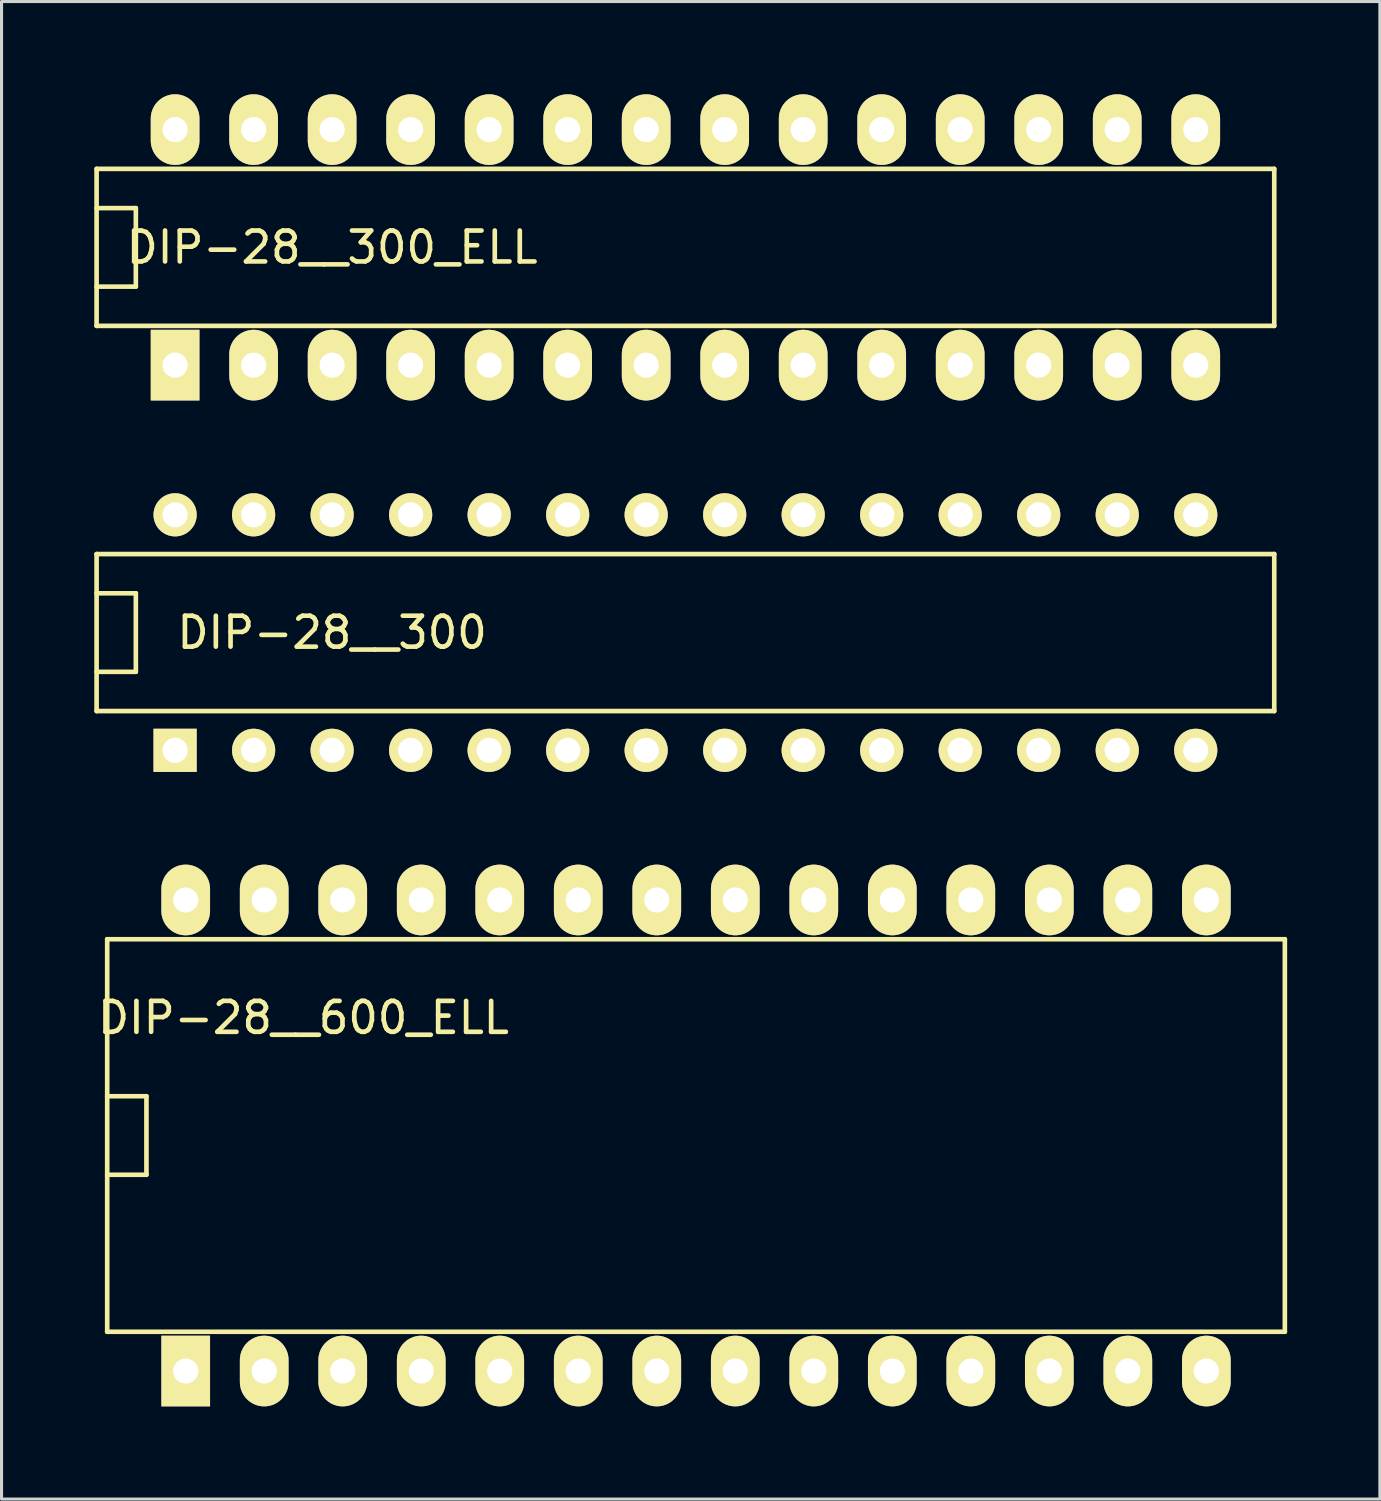
<source format=kicad_pcb>
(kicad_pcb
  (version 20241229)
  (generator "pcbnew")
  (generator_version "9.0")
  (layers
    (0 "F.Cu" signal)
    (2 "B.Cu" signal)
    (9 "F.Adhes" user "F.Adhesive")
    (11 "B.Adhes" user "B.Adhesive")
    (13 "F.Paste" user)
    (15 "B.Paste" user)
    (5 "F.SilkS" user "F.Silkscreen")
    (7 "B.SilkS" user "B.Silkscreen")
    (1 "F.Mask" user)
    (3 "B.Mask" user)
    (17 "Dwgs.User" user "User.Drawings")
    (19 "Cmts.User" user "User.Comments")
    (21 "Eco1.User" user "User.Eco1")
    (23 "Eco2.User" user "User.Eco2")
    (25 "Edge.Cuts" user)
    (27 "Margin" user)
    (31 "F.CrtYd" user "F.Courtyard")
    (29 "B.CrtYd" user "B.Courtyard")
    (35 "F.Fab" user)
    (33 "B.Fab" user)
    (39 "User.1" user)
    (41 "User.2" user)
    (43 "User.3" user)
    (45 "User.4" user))
  (footprint "DIP-28__600_ELL"
    (layer "F.Cu")
    (at 19.468 33.686)
    (property "Reference" "DIP-28__600_ELL" (at -12.7 -3.81 0) (layer "F.SilkS") (effects (font (size 1 1) (thickness 0.15))))
    (attr through_hole)
    (fp_line (start -19.05 -6.35) (end 19.05 -6.35) (stroke (width 0.15) (type solid)) (layer "F.SilkS"))
    (fp_line (start -19.05 -1.27) (end -19.05 -1.27) (stroke (width 0.15) (type solid)) (layer "F.SilkS"))
    (fp_line (start -19.05 -1.27) (end -17.78 -1.27) (stroke (width 0.15) (type solid)) (layer "F.SilkS"))
    (fp_line (start -19.05 6.35) (end -19.05 -6.35) (stroke (width 0.15) (type solid)) (layer "F.SilkS"))
    (fp_line (start -17.78 -1.27) (end -17.78 1.27) (stroke (width 0.15) (type solid)) (layer "F.SilkS"))
    (fp_line (start -17.78 1.27) (end -19.05 1.27) (stroke (width 0.15) (type solid)) (layer "F.SilkS"))
    (fp_line (start 19.05 -6.35) (end 19.05 6.35) (stroke (width 0.15) (type solid)) (layer "F.SilkS"))
    (fp_line (start 19.05 6.35) (end -19.05 6.35) (stroke (width 0.15) (type solid)) (layer "F.SilkS"))
    (pad "1" thru_hole rect (at -16.51 7.62) (size 1.575 2.286) (drill 0.813) (layers "*.Cu" "*.Mask" "F.SilkS"))
    (pad "2" thru_hole oval (at -13.97 7.62) (size 1.575 2.286) (drill 0.813) (layers "*.Cu" "*.Mask" "F.SilkS"))
    (pad "3" thru_hole oval (at -11.43 7.62) (size 1.575 2.286) (drill 0.813) (layers "*.Cu" "*.Mask" "F.SilkS"))
    (pad "4" thru_hole oval (at -8.89 7.62) (size 1.575 2.286) (drill 0.813) (layers "*.Cu" "*.Mask" "F.SilkS"))
    (pad "5" thru_hole oval (at -6.35 7.62) (size 1.575 2.286) (drill 0.813) (layers "*.Cu" "*.Mask" "F.SilkS"))
    (pad "6" thru_hole oval (at -3.81 7.62) (size 1.575 2.286) (drill 0.813) (layers "*.Cu" "*.Mask" "F.SilkS"))
    (pad "7" thru_hole oval (at -1.27 7.62) (size 1.575 2.286) (drill 0.813) (layers "*.Cu" "*.Mask" "F.SilkS"))
    (pad "8" thru_hole oval (at 1.27 7.62) (size 1.575 2.286) (drill 0.813) (layers "*.Cu" "*.Mask" "F.SilkS"))
    (pad "9" thru_hole oval (at 3.81 7.62) (size 1.575 2.286) (drill 0.813) (layers "*.Cu" "*.Mask" "F.SilkS"))
    (pad "10" thru_hole oval (at 6.35 7.62) (size 1.575 2.286) (drill 0.813) (layers "*.Cu" "*.Mask" "F.SilkS"))
    (pad "11" thru_hole oval (at 8.89 7.62) (size 1.575 2.286) (drill 0.813) (layers "*.Cu" "*.Mask" "F.SilkS"))
    (pad "12" thru_hole oval (at 11.43 7.62) (size 1.575 2.286) (drill 0.813) (layers "*.Cu" "*.Mask" "F.SilkS"))
    (pad "13" thru_hole oval (at 13.97 7.62) (size 1.575 2.286) (drill 0.813) (layers "*.Cu" "*.Mask" "F.SilkS"))
    (pad "14" thru_hole oval (at 16.51 7.62) (size 1.575 2.286) (drill 0.813) (layers "*.Cu" "*.Mask" "F.SilkS"))
    (pad "15" thru_hole oval (at 16.51 -7.62) (size 1.575 2.286) (drill 0.813) (layers "*.Cu" "*.Mask" "F.SilkS"))
    (pad "16" thru_hole oval (at 13.97 -7.62) (size 1.575 2.286) (drill 0.813) (layers "*.Cu" "*.Mask" "F.SilkS"))
    (pad "17" thru_hole oval (at 11.43 -7.62) (size 1.575 2.286) (drill 0.813) (layers "*.Cu" "*.Mask" "F.SilkS"))
    (pad "18" thru_hole oval (at 8.89 -7.62) (size 1.575 2.286) (drill 0.813) (layers "*.Cu" "*.Mask" "F.SilkS"))
    (pad "19" thru_hole oval (at 6.35 -7.62) (size 1.575 2.286) (drill 0.813) (layers "*.Cu" "*.Mask" "F.SilkS"))
    (pad "20" thru_hole oval (at 3.81 -7.62) (size 1.575 2.286) (drill 0.813) (layers "*.Cu" "*.Mask" "F.SilkS"))
    (pad "21" thru_hole oval (at 1.27 -7.62) (size 1.575 2.286) (drill 0.813) (layers "*.Cu" "*.Mask" "F.SilkS"))
    (pad "22" thru_hole oval (at -1.27 -7.62) (size 1.575 2.286) (drill 0.813) (layers "*.Cu" "*.Mask" "F.SilkS"))
    (pad "23" thru_hole oval (at -3.81 -7.62) (size 1.575 2.286) (drill 0.813) (layers "*.Cu" "*.Mask" "F.SilkS"))
    (pad "24" thru_hole oval (at -6.35 -7.62) (size 1.575 2.286) (drill 0.813) (layers "*.Cu" "*.Mask" "F.SilkS"))
    (pad "25" thru_hole oval (at -8.89 -7.62) (size 1.575 2.286) (drill 0.813) (layers "*.Cu" "*.Mask" "F.SilkS"))
    (pad "26" thru_hole oval (at -11.43 -7.62) (size 1.575 2.286) (drill 0.813) (layers "*.Cu" "*.Mask" "F.SilkS"))
    (pad "27" thru_hole oval (at -13.97 -7.62) (size 1.575 2.286) (drill 0.813) (layers "*.Cu" "*.Mask" "F.SilkS"))
    (pad "28" thru_hole oval (at -16.51 -7.62) (size 1.575 2.286) (drill 0.813) (layers "*.Cu" "*.Mask" "F.SilkS")))
  (footprint "DIP-28__300"
    (layer "F.Cu")
    (at 19.125 17.415)
    (property "Reference" "DIP-28__300" (at -11.43 0 0) (layer "F.SilkS") (effects (font (size 1 1) (thickness 0.15))))
    (attr through_hole)
    (fp_line (start -19.05 -2.54) (end 19.05 -2.54) (stroke (width 0.15) (type solid)) (layer "F.SilkS"))
    (fp_line (start -19.05 -1.27) (end -17.78 -1.27) (stroke (width 0.15) (type solid)) (layer "F.SilkS"))
    (fp_line (start -19.05 2.54) (end -19.05 -2.54) (stroke (width 0.15) (type solid)) (layer "F.SilkS"))
    (fp_line (start -17.78 -1.27) (end -17.78 1.27) (stroke (width 0.15) (type solid)) (layer "F.SilkS"))
    (fp_line (start -17.78 1.27) (end -19.05 1.27) (stroke (width 0.15) (type solid)) (layer "F.SilkS"))
    (fp_line (start 19.05 -2.54) (end 19.05 2.54) (stroke (width 0.15) (type solid)) (layer "F.SilkS"))
    (fp_line (start 19.05 2.54) (end -19.05 2.54) (stroke (width 0.15) (type solid)) (layer "F.SilkS"))
    (pad "1" thru_hole rect (at -16.51 3.81) (size 1.397 1.397) (drill 0.813) (layers "*.Cu" "*.Mask" "F.SilkS"))
    (pad "2" thru_hole circle (at -13.97 3.81) (size 1.397 1.397) (drill 0.813) (layers "*.Cu" "*.Mask" "F.SilkS"))
    (pad "3" thru_hole circle (at -11.43 3.81) (size 1.397 1.397) (drill 0.813) (layers "*.Cu" "*.Mask" "F.SilkS"))
    (pad "4" thru_hole circle (at -8.89 3.81) (size 1.397 1.397) (drill 0.813) (layers "*.Cu" "*.Mask" "F.SilkS"))
    (pad "5" thru_hole circle (at -6.35 3.81) (size 1.397 1.397) (drill 0.813) (layers "*.Cu" "*.Mask" "F.SilkS"))
    (pad "6" thru_hole circle (at -3.81 3.81) (size 1.397 1.397) (drill 0.813) (layers "*.Cu" "*.Mask" "F.SilkS"))
    (pad "7" thru_hole circle (at -1.27 3.81) (size 1.397 1.397) (drill 0.813) (layers "*.Cu" "*.Mask" "F.SilkS"))
    (pad "8" thru_hole circle (at 1.27 3.81) (size 1.397 1.397) (drill 0.813) (layers "*.Cu" "*.Mask" "F.SilkS"))
    (pad "9" thru_hole circle (at 3.81 3.81) (size 1.397 1.397) (drill 0.813) (layers "*.Cu" "*.Mask" "F.SilkS"))
    (pad "10" thru_hole circle (at 6.35 3.81) (size 1.397 1.397) (drill 0.813) (layers "*.Cu" "*.Mask" "F.SilkS"))
    (pad "11" thru_hole circle (at 8.89 3.81) (size 1.397 1.397) (drill 0.813) (layers "*.Cu" "*.Mask" "F.SilkS"))
    (pad "12" thru_hole circle (at 11.43 3.81) (size 1.397 1.397) (drill 0.813) (layers "*.Cu" "*.Mask" "F.SilkS"))
    (pad "13" thru_hole circle (at 13.97 3.81) (size 1.397 1.397) (drill 0.813) (layers "*.Cu" "*.Mask" "F.SilkS"))
    (pad "14" thru_hole circle (at 16.51 3.81) (size 1.397 1.397) (drill 0.813) (layers "*.Cu" "*.Mask" "F.SilkS"))
    (pad "15" thru_hole circle (at 16.51 -3.81) (size 1.397 1.397) (drill 0.813) (layers "*.Cu" "*.Mask" "F.SilkS"))
    (pad "16" thru_hole circle (at 13.97 -3.81) (size 1.397 1.397) (drill 0.813) (layers "*.Cu" "*.Mask" "F.SilkS"))
    (pad "17" thru_hole circle (at 11.43 -3.81) (size 1.397 1.397) (drill 0.813) (layers "*.Cu" "*.Mask" "F.SilkS"))
    (pad "18" thru_hole circle (at 8.89 -3.81) (size 1.397 1.397) (drill 0.813) (layers "*.Cu" "*.Mask" "F.SilkS"))
    (pad "19" thru_hole circle (at 6.35 -3.81) (size 1.397 1.397) (drill 0.813) (layers "*.Cu" "*.Mask" "F.SilkS"))
    (pad "20" thru_hole circle (at 3.81 -3.81) (size 1.397 1.397) (drill 0.813) (layers "*.Cu" "*.Mask" "F.SilkS"))
    (pad "21" thru_hole circle (at 1.27 -3.81) (size 1.397 1.397) (drill 0.813) (layers "*.Cu" "*.Mask" "F.SilkS"))
    (pad "22" thru_hole circle (at -1.27 -3.81) (size 1.397 1.397) (drill 0.813) (layers "*.Cu" "*.Mask" "F.SilkS"))
    (pad "23" thru_hole circle (at -3.81 -3.81) (size 1.397 1.397) (drill 0.813) (layers "*.Cu" "*.Mask" "F.SilkS"))
    (pad "24" thru_hole circle (at -6.35 -3.81) (size 1.397 1.397) (drill 0.813) (layers "*.Cu" "*.Mask" "F.SilkS"))
    (pad "25" thru_hole circle (at -8.89 -3.81) (size 1.397 1.397) (drill 0.813) (layers "*.Cu" "*.Mask" "F.SilkS"))
    (pad "26" thru_hole circle (at -11.43 -3.81) (size 1.397 1.397) (drill 0.813) (layers "*.Cu" "*.Mask" "F.SilkS"))
    (pad "27" thru_hole circle (at -13.97 -3.81) (size 1.397 1.397) (drill 0.813) (layers "*.Cu" "*.Mask" "F.SilkS"))
    (pad "28" thru_hole circle (at -16.51 -3.81) (size 1.397 1.397) (drill 0.813) (layers "*.Cu" "*.Mask" "F.SilkS")))
  (footprint "DIP-28__300_ELL"
    (layer "F.Cu")
    (at 19.125 4.953)
    (property "Reference" "DIP-28__300_ELL" (at -11.43 0 0) (layer "F.SilkS") (effects (font (size 1 1) (thickness 0.15))))
    (attr through_hole)
    (fp_line (start -19.05 -2.54) (end 19.05 -2.54) (stroke (width 0.15) (type solid)) (layer "F.SilkS"))
    (fp_line (start -19.05 -1.27) (end -17.78 -1.27) (stroke (width 0.15) (type solid)) (layer "F.SilkS"))
    (fp_line (start -19.05 2.54) (end -19.05 -2.54) (stroke (width 0.15) (type solid)) (layer "F.SilkS"))
    (fp_line (start -17.78 -1.27) (end -17.78 1.27) (stroke (width 0.15) (type solid)) (layer "F.SilkS"))
    (fp_line (start -17.78 1.27) (end -19.05 1.27) (stroke (width 0.15) (type solid)) (layer "F.SilkS"))
    (fp_line (start 19.05 -2.54) (end 19.05 2.54) (stroke (width 0.15) (type solid)) (layer "F.SilkS"))
    (fp_line (start 19.05 2.54) (end -19.05 2.54) (stroke (width 0.15) (type solid)) (layer "F.SilkS"))
    (pad "1" thru_hole rect (at -16.51 3.81) (size 1.575 2.286) (drill 0.813) (layers "*.Cu" "*.Mask" "F.SilkS"))
    (pad "2" thru_hole oval (at -13.97 3.81) (size 1.575 2.286) (drill 0.813) (layers "*.Cu" "*.Mask" "F.SilkS"))
    (pad "3" thru_hole oval (at -11.43 3.81) (size 1.575 2.286) (drill 0.813) (layers "*.Cu" "*.Mask" "F.SilkS"))
    (pad "4" thru_hole oval (at -8.89 3.81) (size 1.575 2.286) (drill 0.813) (layers "*.Cu" "*.Mask" "F.SilkS"))
    (pad "5" thru_hole oval (at -6.35 3.81) (size 1.575 2.286) (drill 0.813) (layers "*.Cu" "*.Mask" "F.SilkS"))
    (pad "6" thru_hole oval (at -3.81 3.81) (size 1.575 2.286) (drill 0.813) (layers "*.Cu" "*.Mask" "F.SilkS"))
    (pad "7" thru_hole oval (at -1.27 3.81) (size 1.575 2.286) (drill 0.813) (layers "*.Cu" "*.Mask" "F.SilkS"))
    (pad "8" thru_hole oval (at 1.27 3.81) (size 1.575 2.286) (drill 0.813) (layers "*.Cu" "*.Mask" "F.SilkS"))
    (pad "9" thru_hole oval (at 3.81 3.81) (size 1.575 2.286) (drill 0.813) (layers "*.Cu" "*.Mask" "F.SilkS"))
    (pad "10" thru_hole oval (at 6.35 3.81) (size 1.575 2.286) (drill 0.813) (layers "*.Cu" "*.Mask" "F.SilkS"))
    (pad "11" thru_hole oval (at 8.89 3.81) (size 1.575 2.286) (drill 0.813) (layers "*.Cu" "*.Mask" "F.SilkS"))
    (pad "12" thru_hole oval (at 11.43 3.81) (size 1.575 2.286) (drill 0.813) (layers "*.Cu" "*.Mask" "F.SilkS"))
    (pad "13" thru_hole oval (at 13.97 3.81) (size 1.575 2.286) (drill 0.813) (layers "*.Cu" "*.Mask" "F.SilkS"))
    (pad "14" thru_hole oval (at 16.51 3.81) (size 1.575 2.286) (drill 0.813) (layers "*.Cu" "*.Mask" "F.SilkS"))
    (pad "15" thru_hole oval (at 16.51 -3.81) (size 1.575 2.286) (drill 0.813) (layers "*.Cu" "*.Mask" "F.SilkS"))
    (pad "16" thru_hole oval (at 13.97 -3.81) (size 1.575 2.286) (drill 0.813) (layers "*.Cu" "*.Mask" "F.SilkS"))
    (pad "17" thru_hole oval (at 11.43 -3.81) (size 1.575 2.286) (drill 0.813) (layers "*.Cu" "*.Mask" "F.SilkS"))
    (pad "18" thru_hole oval (at 8.89 -3.81) (size 1.575 2.286) (drill 0.813) (layers "*.Cu" "*.Mask" "F.SilkS"))
    (pad "19" thru_hole oval (at 6.35 -3.81) (size 1.575 2.286) (drill 0.813) (layers "*.Cu" "*.Mask" "F.SilkS"))
    (pad "20" thru_hole oval (at 3.81 -3.81) (size 1.575 2.286) (drill 0.813) (layers "*.Cu" "*.Mask" "F.SilkS"))
    (pad "21" thru_hole oval (at 1.27 -3.81) (size 1.575 2.286) (drill 0.813) (layers "*.Cu" "*.Mask" "F.SilkS"))
    (pad "22" thru_hole oval (at -1.27 -3.81) (size 1.575 2.286) (drill 0.813) (layers "*.Cu" "*.Mask" "F.SilkS"))
    (pad "23" thru_hole oval (at -3.81 -3.81) (size 1.575 2.286) (drill 0.813) (layers "*.Cu" "*.Mask" "F.SilkS"))
    (pad "24" thru_hole oval (at -6.35 -3.81) (size 1.575 2.286) (drill 0.813) (layers "*.Cu" "*.Mask" "F.SilkS"))
    (pad "25" thru_hole oval (at -8.89 -3.81) (size 1.575 2.286) (drill 0.813) (layers "*.Cu" "*.Mask" "F.SilkS"))
    (pad "26" thru_hole oval (at -11.43 -3.81) (size 1.575 2.286) (drill 0.813) (layers "*.Cu" "*.Mask" "F.SilkS"))
    (pad "27" thru_hole oval (at -13.97 -3.81) (size 1.575 2.286) (drill 0.813) (layers "*.Cu" "*.Mask" "F.SilkS"))
    (pad "28" thru_hole oval (at -16.51 -3.81) (size 1.575 2.286) (drill 0.813) (layers "*.Cu" "*.Mask" "F.SilkS")))
  (gr_rect
    (start -3 -3)
    (end 41.593 45.449)
    (stroke (width 0.1) (type default))
    (fill no)
    (layer "Edge.Cuts")))
</source>
